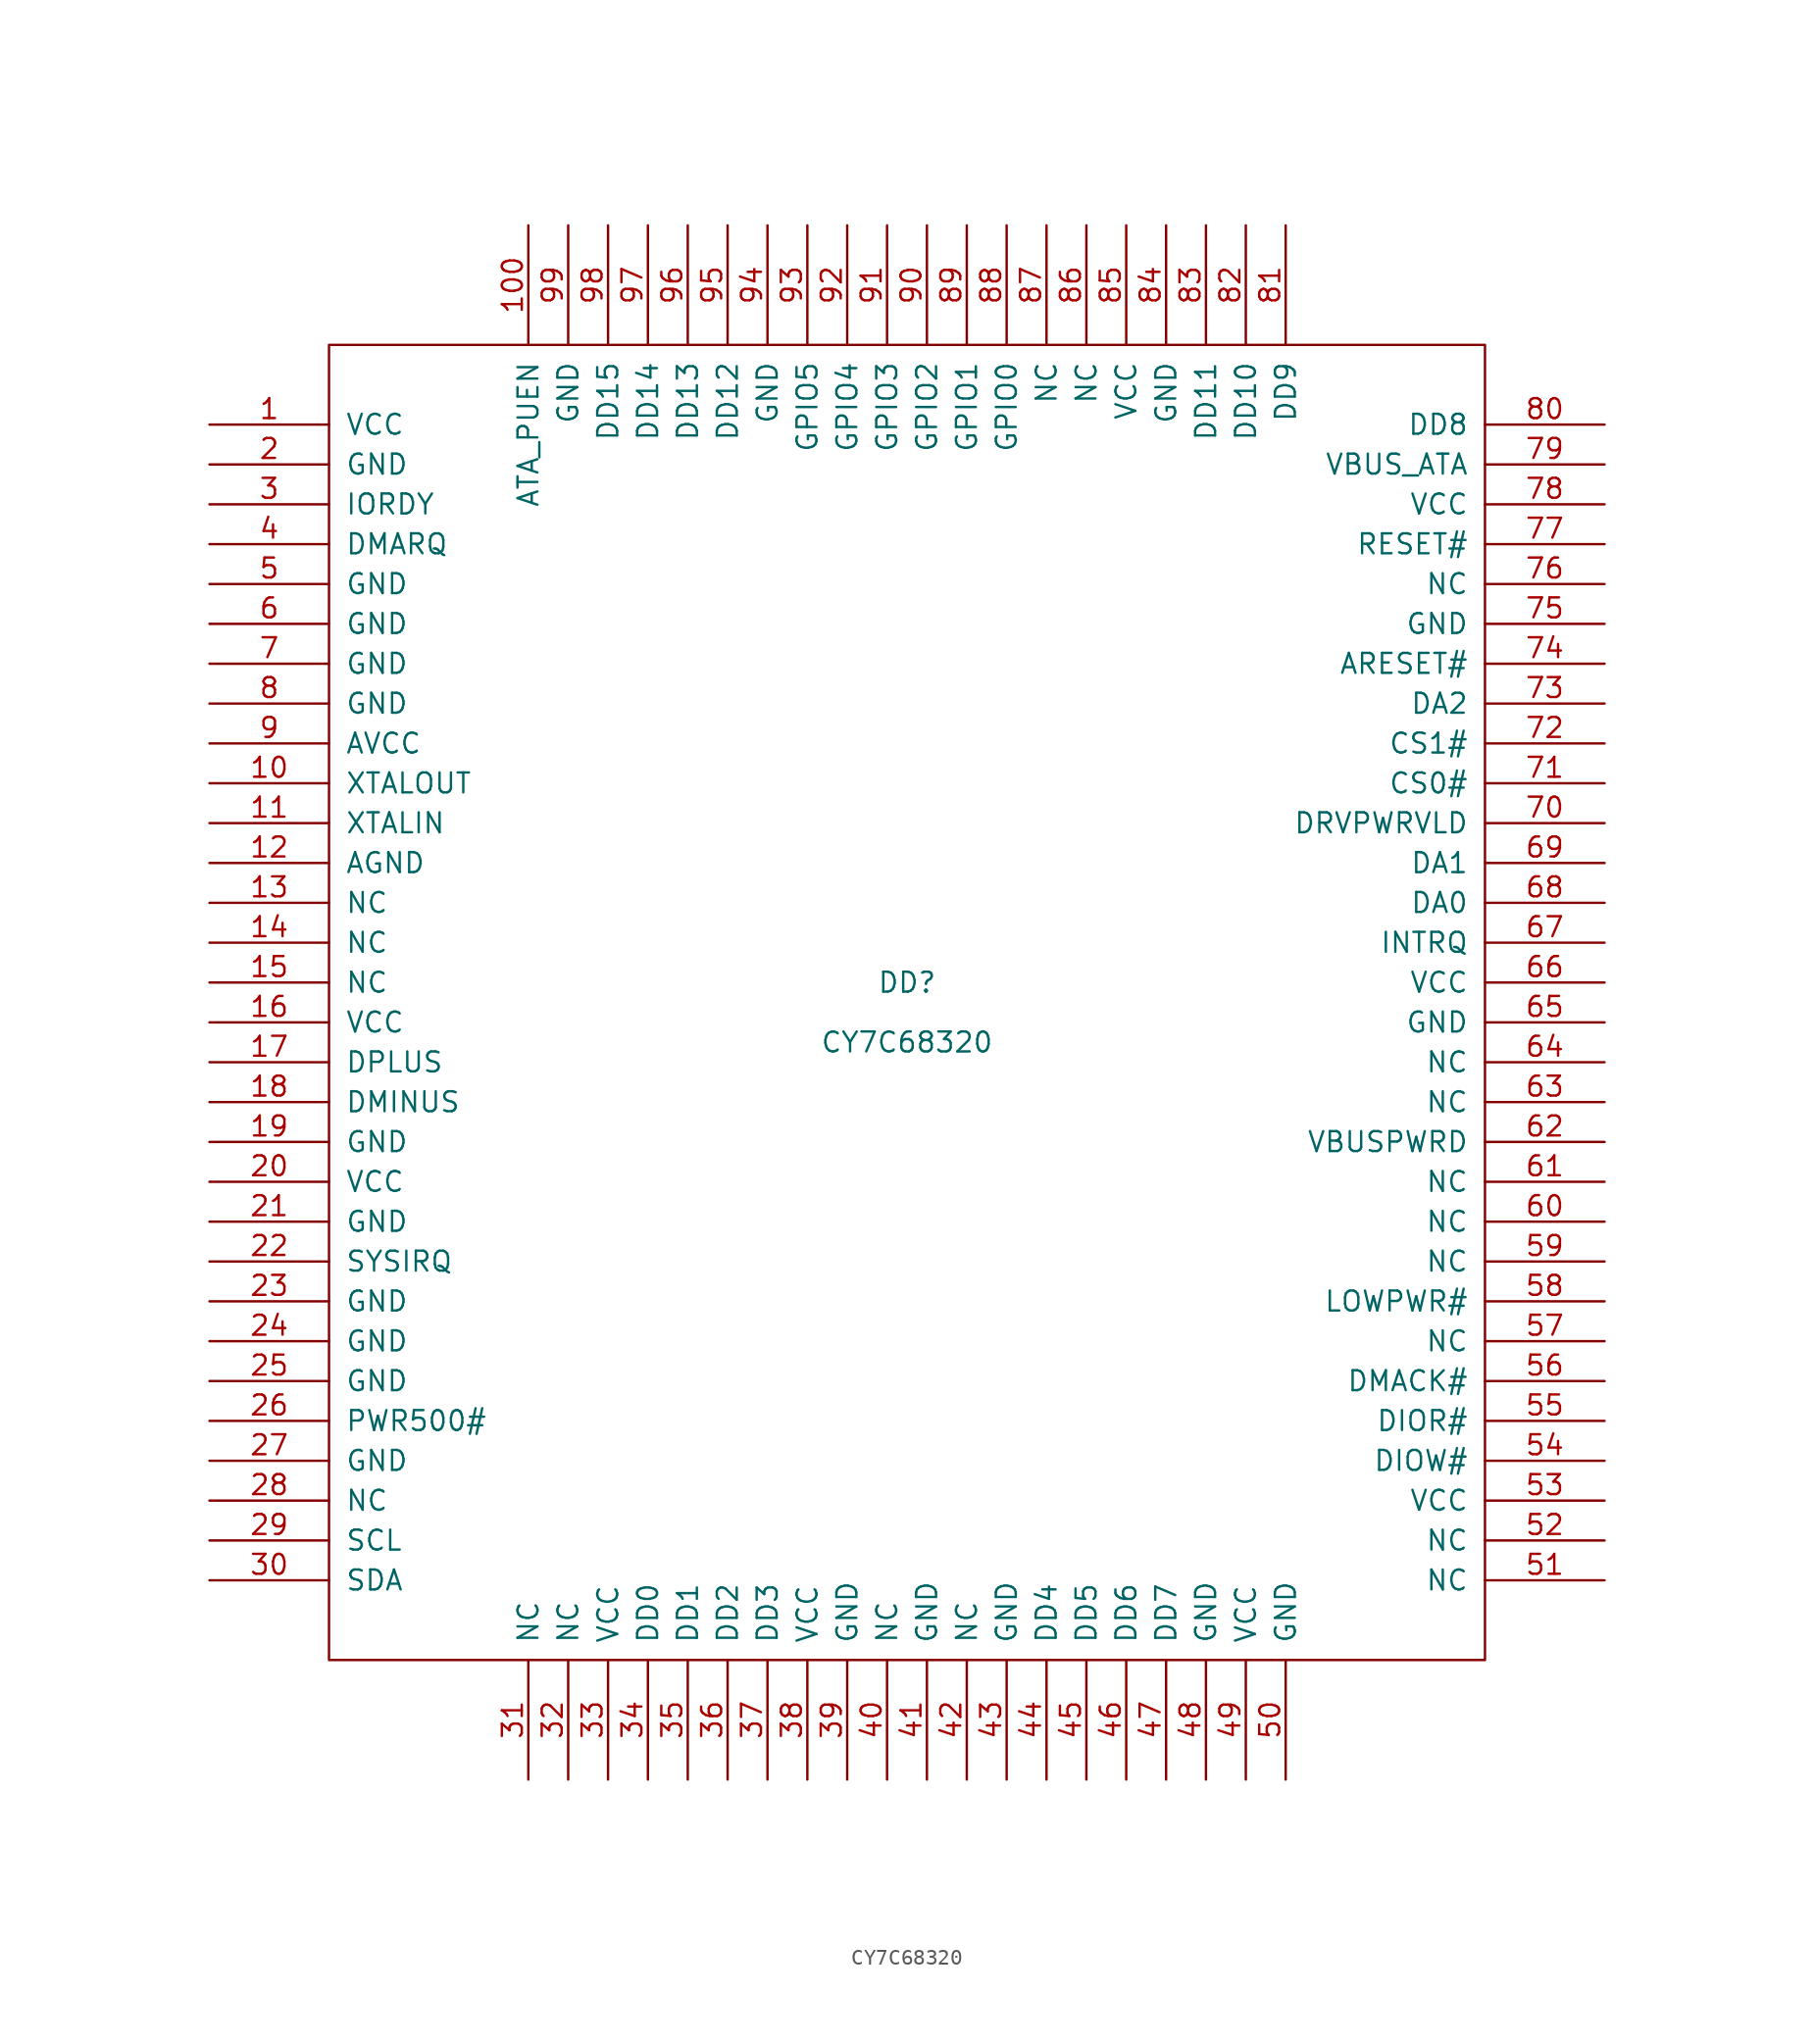
<source format=kicad_sym>
(kicad_symbol_lib
  (version 20211014)
  (generator kicad_symbol_editor)
  (symbol "CY7C68320"
    (pin_names
      (offset 1.016))
    (property "Reference" "DD"
      (at 0 1.27 0)
      (effects (font (size 1.27 1.27))))
    (property "Value" "CY7C68320"
      (at 0 -2.54 0)
      (effects (font (size 1.27 1.27))))
    (property "Footprint" ""
      (at 0 0 0)
      (effects (font (size 1.524 1.524))))
    (property "Datasheet" ""
      (at 0 0 0)
      (effects (font (size 1.524 1.524))))
    (symbol "CY7C68320_0_0"
      (rectangle (start -36.83 -41.91) (end 36.83 41.91) (stroke (width 0) (type default) (color 0 0 0 0)) (fill (type none))))
    (symbol "CY7C68320_1_1"
      (pin input line (at -44.45 36.83 0) (length 7.62) (name "VCC" (effects (font (size 1.27 1.27)))) (number "1" (effects (font (size 1.27 1.27)))))
      (pin input line (at -44.45 13.97 0) (length 7.62) (name "XTALOUT" (effects (font (size 1.27 1.27)))) (number "10" (effects (font (size 1.27 1.27)))))
      (pin input line (at -24.13 49.53 270) (length 7.62) (name "ATA_PUEN" (effects (font (size 1.27 1.27)))) (number "100" (effects (font (size 1.27 1.27)))))
      (pin input line (at -44.45 11.43 0) (length 7.62) (name "XTALIN" (effects (font (size 1.27 1.27)))) (number "11" (effects (font (size 1.27 1.27)))))
      (pin input line (at -44.45 8.89 0) (length 7.62) (name "AGND" (effects (font (size 1.27 1.27)))) (number "12" (effects (font (size 1.27 1.27)))))
      (pin input line (at -44.45 6.35 0) (length 7.62) (name "NC" (effects (font (size 1.27 1.27)))) (number "13" (effects (font (size 1.27 1.27)))))
      (pin input line (at -44.45 3.81 0) (length 7.62) (name "NC" (effects (font (size 1.27 1.27)))) (number "14" (effects (font (size 1.27 1.27)))))
      (pin input line (at -44.45 1.27 0) (length 7.62) (name "NC" (effects (font (size 1.27 1.27)))) (number "15" (effects (font (size 1.27 1.27)))))
      (pin input line (at -44.45 -1.27 0) (length 7.62) (name "VCC" (effects (font (size 1.27 1.27)))) (number "16" (effects (font (size 1.27 1.27)))))
      (pin input line (at -44.45 -3.81 0) (length 7.62) (name "DPLUS" (effects (font (size 1.27 1.27)))) (number "17" (effects (font (size 1.27 1.27)))))
      (pin input line (at -44.45 -6.35 0) (length 7.62) (name "DMINUS" (effects (font (size 1.27 1.27)))) (number "18" (effects (font (size 1.27 1.27)))))
      (pin input line (at -44.45 -8.89 0) (length 7.62) (name "GND" (effects (font (size 1.27 1.27)))) (number "19" (effects (font (size 1.27 1.27)))))
      (pin input line (at -44.45 34.29 0) (length 7.62) (name "GND" (effects (font (size 1.27 1.27)))) (number "2" (effects (font (size 1.27 1.27)))))
      (pin input line (at -44.45 -11.43 0) (length 7.62) (name "VCC" (effects (font (size 1.27 1.27)))) (number "20" (effects (font (size 1.27 1.27)))))
      (pin input line (at -44.45 -13.97 0) (length 7.62) (name "GND" (effects (font (size 1.27 1.27)))) (number "21" (effects (font (size 1.27 1.27)))))
      (pin input line (at -44.45 -16.51 0) (length 7.62) (name "SYSIRQ" (effects (font (size 1.27 1.27)))) (number "22" (effects (font (size 1.27 1.27)))))
      (pin input line (at -44.45 -19.05 0) (length 7.62) (name "GND" (effects (font (size 1.27 1.27)))) (number "23" (effects (font (size 1.27 1.27)))))
      (pin input line (at -44.45 -21.59 0) (length 7.62) (name "GND" (effects (font (size 1.27 1.27)))) (number "24" (effects (font (size 1.27 1.27)))))
      (pin input line (at -44.45 -24.13 0) (length 7.62) (name "GND" (effects (font (size 1.27 1.27)))) (number "25" (effects (font (size 1.27 1.27)))))
      (pin input line (at -44.45 -26.67 0) (length 7.62) (name "PWR500#" (effects (font (size 1.27 1.27)))) (number "26" (effects (font (size 1.27 1.27)))))
      (pin input line (at -44.45 -29.21 0) (length 7.62) (name "GND" (effects (font (size 1.27 1.27)))) (number "27" (effects (font (size 1.27 1.27)))))
      (pin input line (at -44.45 -31.75 0) (length 7.62) (name "NC" (effects (font (size 1.27 1.27)))) (number "28" (effects (font (size 1.27 1.27)))))
      (pin input line (at -44.45 -34.29 0) (length 7.62) (name "SCL" (effects (font (size 1.27 1.27)))) (number "29" (effects (font (size 1.27 1.27)))))
      (pin input line (at -44.45 31.75 0) (length 7.62) (name "IORDY" (effects (font (size 1.27 1.27)))) (number "3" (effects (font (size 1.27 1.27)))))
      (pin input line (at -44.45 -36.83 0) (length 7.62) (name "SDA" (effects (font (size 1.27 1.27)))) (number "30" (effects (font (size 1.27 1.27)))))
      (pin input line (at -24.13 -49.53 90) (length 7.62) (name "NC" (effects (font (size 1.27 1.27)))) (number "31" (effects (font (size 1.27 1.27)))))
      (pin input line (at -21.59 -49.53 90) (length 7.62) (name "NC" (effects (font (size 1.27 1.27)))) (number "32" (effects (font (size 1.27 1.27)))))
      (pin input line (at -19.05 -49.53 90) (length 7.62) (name "VCC" (effects (font (size 1.27 1.27)))) (number "33" (effects (font (size 1.27 1.27)))))
      (pin input line (at -16.51 -49.53 90) (length 7.62) (name "DD0" (effects (font (size 1.27 1.27)))) (number "34" (effects (font (size 1.27 1.27)))))
      (pin input line (at -13.97 -49.53 90) (length 7.62) (name "DD1" (effects (font (size 1.27 1.27)))) (number "35" (effects (font (size 1.27 1.27)))))
      (pin input line (at -11.43 -49.53 90) (length 7.62) (name "DD2" (effects (font (size 1.27 1.27)))) (number "36" (effects (font (size 1.27 1.27)))))
      (pin input line (at -8.89 -49.53 90) (length 7.62) (name "DD3" (effects (font (size 1.27 1.27)))) (number "37" (effects (font (size 1.27 1.27)))))
      (pin input line (at -6.35 -49.53 90) (length 7.62) (name "VCC" (effects (font (size 1.27 1.27)))) (number "38" (effects (font (size 1.27 1.27)))))
      (pin input line (at -3.81 -49.53 90) (length 7.62) (name "GND" (effects (font (size 1.27 1.27)))) (number "39" (effects (font (size 1.27 1.27)))))
      (pin input line (at -44.45 29.21 0) (length 7.62) (name "DMARQ" (effects (font (size 1.27 1.27)))) (number "4" (effects (font (size 1.27 1.27)))))
      (pin input line (at -1.27 -49.53 90) (length 7.62) (name "NC" (effects (font (size 1.27 1.27)))) (number "40" (effects (font (size 1.27 1.27)))))
      (pin input line (at 1.27 -49.53 90) (length 7.62) (name "GND" (effects (font (size 1.27 1.27)))) (number "41" (effects (font (size 1.27 1.27)))))
      (pin input line (at 3.81 -49.53 90) (length 7.62) (name "NC" (effects (font (size 1.27 1.27)))) (number "42" (effects (font (size 1.27 1.27)))))
      (pin input line (at 6.35 -49.53 90) (length 7.62) (name "GND" (effects (font (size 1.27 1.27)))) (number "43" (effects (font (size 1.27 1.27)))))
      (pin input line (at 8.89 -49.53 90) (length 7.62) (name "DD4" (effects (font (size 1.27 1.27)))) (number "44" (effects (font (size 1.27 1.27)))))
      (pin input line (at 11.43 -49.53 90) (length 7.62) (name "DD5" (effects (font (size 1.27 1.27)))) (number "45" (effects (font (size 1.27 1.27)))))
      (pin input line (at 13.97 -49.53 90) (length 7.62) (name "DD6" (effects (font (size 1.27 1.27)))) (number "46" (effects (font (size 1.27 1.27)))))
      (pin input line (at 16.51 -49.53 90) (length 7.62) (name "DD7" (effects (font (size 1.27 1.27)))) (number "47" (effects (font (size 1.27 1.27)))))
      (pin input line (at 19.05 -49.53 90) (length 7.62) (name "GND" (effects (font (size 1.27 1.27)))) (number "48" (effects (font (size 1.27 1.27)))))
      (pin input line (at 21.59 -49.53 90) (length 7.62) (name "VCC" (effects (font (size 1.27 1.27)))) (number "49" (effects (font (size 1.27 1.27)))))
      (pin input line (at -44.45 26.67 0) (length 7.62) (name "GND" (effects (font (size 1.27 1.27)))) (number "5" (effects (font (size 1.27 1.27)))))
      (pin input line (at 24.13 -49.53 90) (length 7.62) (name "GND" (effects (font (size 1.27 1.27)))) (number "50" (effects (font (size 1.27 1.27)))))
      (pin input line (at 44.45 -36.83 180) (length 7.62) (name "NC" (effects (font (size 1.27 1.27)))) (number "51" (effects (font (size 1.27 1.27)))))
      (pin input line (at 44.45 -34.29 180) (length 7.62) (name "NC" (effects (font (size 1.27 1.27)))) (number "52" (effects (font (size 1.27 1.27)))))
      (pin input line (at 44.45 -31.75 180) (length 7.62) (name "VCC" (effects (font (size 1.27 1.27)))) (number "53" (effects (font (size 1.27 1.27)))))
      (pin input line (at 44.45 -29.21 180) (length 7.62) (name "DIOW#" (effects (font (size 1.27 1.27)))) (number "54" (effects (font (size 1.27 1.27)))))
      (pin input line (at 44.45 -26.67 180) (length 7.62) (name "DIOR#" (effects (font (size 1.27 1.27)))) (number "55" (effects (font (size 1.27 1.27)))))
      (pin input line (at 44.45 -24.13 180) (length 7.62) (name "DMACK#" (effects (font (size 1.27 1.27)))) (number "56" (effects (font (size 1.27 1.27)))))
      (pin input line (at 44.45 -21.59 180) (length 7.62) (name "NC" (effects (font (size 1.27 1.27)))) (number "57" (effects (font (size 1.27 1.27)))))
      (pin input line (at 44.45 -19.05 180) (length 7.62) (name "LOWPWR#" (effects (font (size 1.27 1.27)))) (number "58" (effects (font (size 1.27 1.27)))))
      (pin input line (at 44.45 -16.51 180) (length 7.62) (name "NC" (effects (font (size 1.27 1.27)))) (number "59" (effects (font (size 1.27 1.27)))))
      (pin input line (at -44.45 24.13 0) (length 7.62) (name "GND" (effects (font (size 1.27 1.27)))) (number "6" (effects (font (size 1.27 1.27)))))
      (pin input line (at 44.45 -13.97 180) (length 7.62) (name "NC" (effects (font (size 1.27 1.27)))) (number "60" (effects (font (size 1.27 1.27)))))
      (pin input line (at 44.45 -11.43 180) (length 7.62) (name "NC" (effects (font (size 1.27 1.27)))) (number "61" (effects (font (size 1.27 1.27)))))
      (pin input line (at 44.45 -8.89 180) (length 7.62) (name "VBUSPWRD" (effects (font (size 1.27 1.27)))) (number "62" (effects (font (size 1.27 1.27)))))
      (pin input line (at 44.45 -6.35 180) (length 7.62) (name "NC" (effects (font (size 1.27 1.27)))) (number "63" (effects (font (size 1.27 1.27)))))
      (pin input line (at 44.45 -3.81 180) (length 7.62) (name "NC" (effects (font (size 1.27 1.27)))) (number "64" (effects (font (size 1.27 1.27)))))
      (pin input line (at 44.45 -1.27 180) (length 7.62) (name "GND" (effects (font (size 1.27 1.27)))) (number "65" (effects (font (size 1.27 1.27)))))
      (pin input line (at 44.45 1.27 180) (length 7.62) (name "VCC" (effects (font (size 1.27 1.27)))) (number "66" (effects (font (size 1.27 1.27)))))
      (pin input line (at 44.45 3.81 180) (length 7.62) (name "INTRQ" (effects (font (size 1.27 1.27)))) (number "67" (effects (font (size 1.27 1.27)))))
      (pin input line (at 44.45 6.35 180) (length 7.62) (name "DA0" (effects (font (size 1.27 1.27)))) (number "68" (effects (font (size 1.27 1.27)))))
      (pin input line (at 44.45 8.89 180) (length 7.62) (name "DA1" (effects (font (size 1.27 1.27)))) (number "69" (effects (font (size 1.27 1.27)))))
      (pin input line (at -44.45 21.59 0) (length 7.62) (name "GND" (effects (font (size 1.27 1.27)))) (number "7" (effects (font (size 1.27 1.27)))))
      (pin input line (at 44.45 11.43 180) (length 7.62) (name "DRVPWRVLD" (effects (font (size 1.27 1.27)))) (number "70" (effects (font (size 1.27 1.27)))))
      (pin input line (at 44.45 13.97 180) (length 7.62) (name "CS0#" (effects (font (size 1.27 1.27)))) (number "71" (effects (font (size 1.27 1.27)))))
      (pin input line (at 44.45 16.51 180) (length 7.62) (name "CS1#" (effects (font (size 1.27 1.27)))) (number "72" (effects (font (size 1.27 1.27)))))
      (pin input line (at 44.45 19.05 180) (length 7.62) (name "DA2" (effects (font (size 1.27 1.27)))) (number "73" (effects (font (size 1.27 1.27)))))
      (pin input line (at 44.45 21.59 180) (length 7.62) (name "ARESET#" (effects (font (size 1.27 1.27)))) (number "74" (effects (font (size 1.27 1.27)))))
      (pin input line (at 44.45 24.13 180) (length 7.62) (name "GND" (effects (font (size 1.27 1.27)))) (number "75" (effects (font (size 1.27 1.27)))))
      (pin input line (at 44.45 26.67 180) (length 7.62) (name "NC" (effects (font (size 1.27 1.27)))) (number "76" (effects (font (size 1.27 1.27)))))
      (pin input line (at 44.45 29.21 180) (length 7.62) (name "RESET#" (effects (font (size 1.27 1.27)))) (number "77" (effects (font (size 1.27 1.27)))))
      (pin input line (at 44.45 31.75 180) (length 7.62) (name "VCC" (effects (font (size 1.27 1.27)))) (number "78" (effects (font (size 1.27 1.27)))))
      (pin input line (at 44.45 34.29 180) (length 7.62) (name "VBUS_ATA" (effects (font (size 1.27 1.27)))) (number "79" (effects (font (size 1.27 1.27)))))
      (pin input line (at -44.45 19.05 0) (length 7.62) (name "GND" (effects (font (size 1.27 1.27)))) (number "8" (effects (font (size 1.27 1.27)))))
      (pin input line (at 44.45 36.83 180) (length 7.62) (name "DD8" (effects (font (size 1.27 1.27)))) (number "80" (effects (font (size 1.27 1.27)))))
      (pin input line (at 24.13 49.53 270) (length 7.62) (name "DD9" (effects (font (size 1.27 1.27)))) (number "81" (effects (font (size 1.27 1.27)))))
      (pin input line (at 21.59 49.53 270) (length 7.62) (name "DD10" (effects (font (size 1.27 1.27)))) (number "82" (effects (font (size 1.27 1.27)))))
      (pin input line (at 19.05 49.53 270) (length 7.62) (name "DD11" (effects (font (size 1.27 1.27)))) (number "83" (effects (font (size 1.27 1.27)))))
      (pin input line (at 16.51 49.53 270) (length 7.62) (name "GND" (effects (font (size 1.27 1.27)))) (number "84" (effects (font (size 1.27 1.27)))))
      (pin input line (at 13.97 49.53 270) (length 7.62) (name "VCC" (effects (font (size 1.27 1.27)))) (number "85" (effects (font (size 1.27 1.27)))))
      (pin input line (at 11.43 49.53 270) (length 7.62) (name "NC" (effects (font (size 1.27 1.27)))) (number "86" (effects (font (size 1.27 1.27)))))
      (pin input line (at 8.89 49.53 270) (length 7.62) (name "NC" (effects (font (size 1.27 1.27)))) (number "87" (effects (font (size 1.27 1.27)))))
      (pin input line (at 6.35 49.53 270) (length 7.62) (name "GPIO0" (effects (font (size 1.27 1.27)))) (number "88" (effects (font (size 1.27 1.27)))))
      (pin input line (at 3.81 49.53 270) (length 7.62) (name "GPIO1" (effects (font (size 1.27 1.27)))) (number "89" (effects (font (size 1.27 1.27)))))
      (pin input line (at -44.45 16.51 0) (length 7.62) (name "AVCC" (effects (font (size 1.27 1.27)))) (number "9" (effects (font (size 1.27 1.27)))))
      (pin input line (at 1.27 49.53 270) (length 7.62) (name "GPIO2" (effects (font (size 1.27 1.27)))) (number "90" (effects (font (size 1.27 1.27)))))
      (pin input line (at -1.27 49.53 270) (length 7.62) (name "GPIO3" (effects (font (size 1.27 1.27)))) (number "91" (effects (font (size 1.27 1.27)))))
      (pin input line (at -3.81 49.53 270) (length 7.62) (name "GPIO4" (effects (font (size 1.27 1.27)))) (number "92" (effects (font (size 1.27 1.27)))))
      (pin input line (at -6.35 49.53 270) (length 7.62) (name "GPIO5" (effects (font (size 1.27 1.27)))) (number "93" (effects (font (size 1.27 1.27)))))
      (pin input line (at -8.89 49.53 270) (length 7.62) (name "GND" (effects (font (size 1.27 1.27)))) (number "94" (effects (font (size 1.27 1.27)))))
      (pin input line (at -11.43 49.53 270) (length 7.62) (name "DD12" (effects (font (size 1.27 1.27)))) (number "95" (effects (font (size 1.27 1.27)))))
      (pin input line (at -13.97 49.53 270) (length 7.62) (name "DD13" (effects (font (size 1.27 1.27)))) (number "96" (effects (font (size 1.27 1.27)))))
      (pin input line (at -16.51 49.53 270) (length 7.62) (name "DD14" (effects (font (size 1.27 1.27)))) (number "97" (effects (font (size 1.27 1.27)))))
      (pin input line (at -19.05 49.53 270) (length 7.62) (name "DD15" (effects (font (size 1.27 1.27)))) (number "98" (effects (font (size 1.27 1.27)))))
      (pin input line (at -21.59 49.53 270) (length 7.62) (name "GND" (effects (font (size 1.27 1.27)))) (number "99" (effects (font (size 1.27 1.27))))))))
</source>
